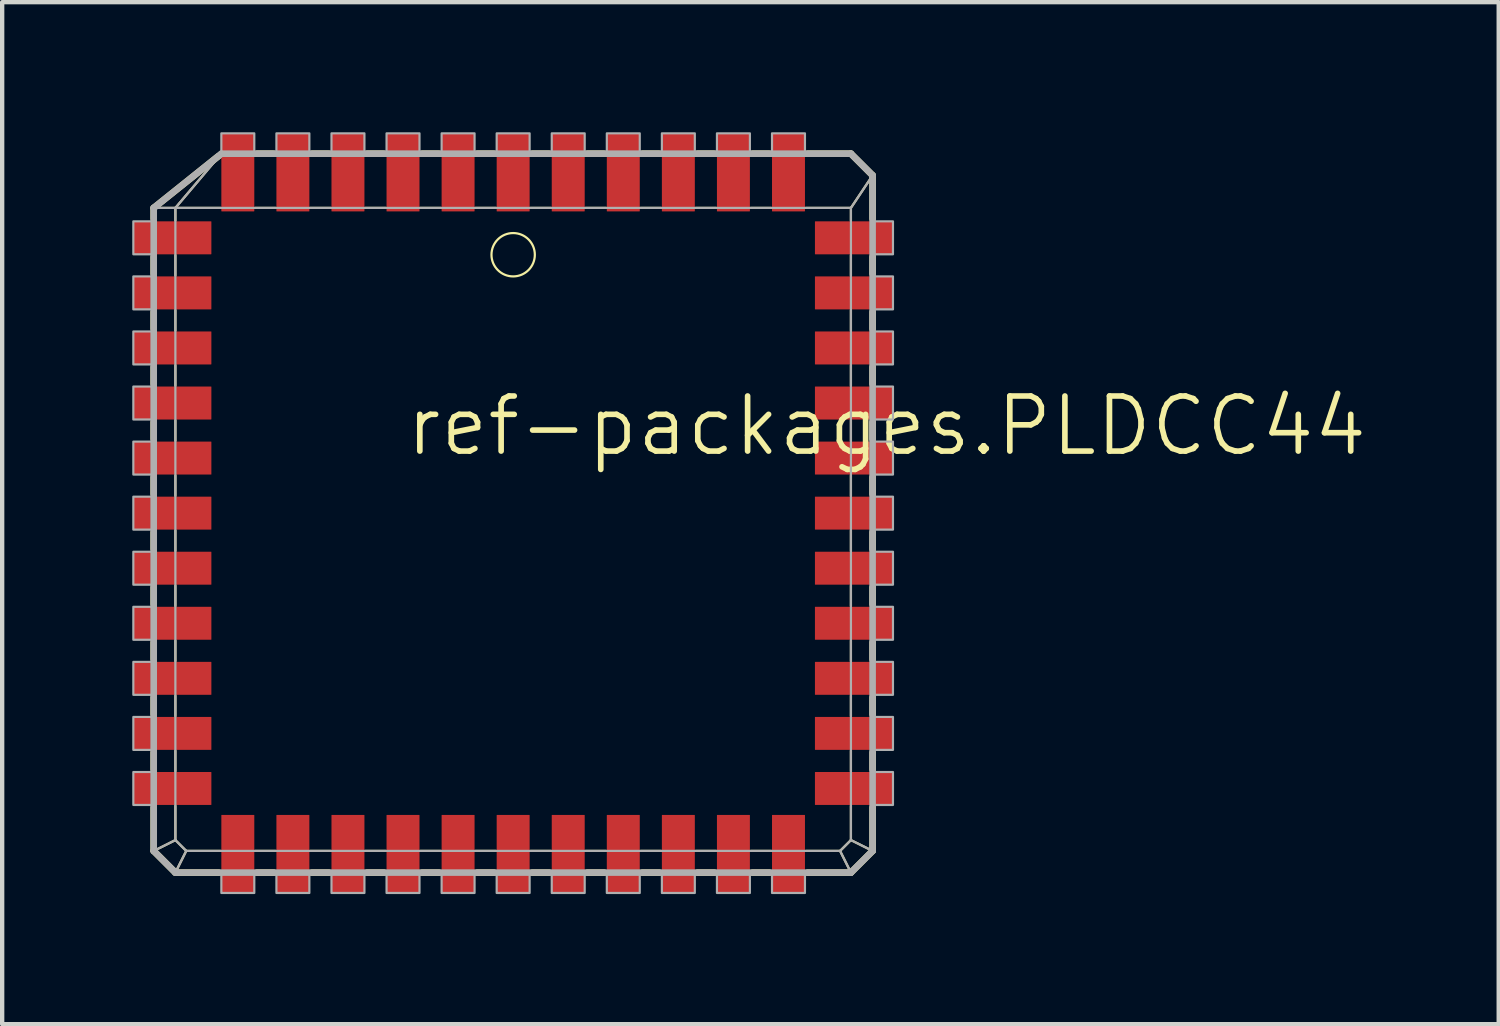
<source format=kicad_pcb>
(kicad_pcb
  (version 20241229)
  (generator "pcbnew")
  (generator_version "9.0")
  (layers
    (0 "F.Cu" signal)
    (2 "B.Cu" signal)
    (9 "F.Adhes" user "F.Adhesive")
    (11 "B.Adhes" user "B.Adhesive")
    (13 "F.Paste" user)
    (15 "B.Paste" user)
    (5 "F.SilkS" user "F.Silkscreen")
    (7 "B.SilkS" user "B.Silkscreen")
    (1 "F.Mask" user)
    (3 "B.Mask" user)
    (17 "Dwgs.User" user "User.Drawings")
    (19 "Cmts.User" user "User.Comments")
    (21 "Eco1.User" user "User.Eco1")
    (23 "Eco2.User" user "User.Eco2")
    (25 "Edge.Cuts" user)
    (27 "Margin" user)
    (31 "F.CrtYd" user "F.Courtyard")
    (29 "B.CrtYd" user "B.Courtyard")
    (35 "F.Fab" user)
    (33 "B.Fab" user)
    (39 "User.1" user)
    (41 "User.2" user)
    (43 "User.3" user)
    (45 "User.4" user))
  (footprint "ref-packages.PLDCC44"
    (layer "F.Cu")
    (at 8.785 8.785)
    (property "Reference" "ref-packages.PLDCC44" (at -2.54 -1.27 0) (layer "F.SilkS") (effects (font (size 1.27 1.27) (thickness 0.13)) (justify left bottom)))
    (attr smd)
    (fp_line (start -8.29 -7.04) (end -7.79 -7.04) (stroke (width 0.051) (type default)) (layer "F.SilkS"))
    (fp_line (start -8.29 -7.04) (end -6.79 -8.24) (stroke (width 0.152) (type default)) (layer "F.SilkS"))
    (fp_line (start -8.29 -6.79) (end -8.29 -7.04) (stroke (width 0.152) (type default)) (layer "F.SilkS"))
    (fp_line (start -8.29 -5.52) (end -8.29 -5.91) (stroke (width 0.152) (type default)) (layer "F.SilkS"))
    (fp_line (start -8.29 -4.25) (end -8.29 -4.64) (stroke (width 0.152) (type default)) (layer "F.SilkS"))
    (fp_line (start -8.29 -2.98) (end -8.29 -3.37) (stroke (width 0.152) (type default)) (layer "F.SilkS"))
    (fp_line (start -8.29 -1.71) (end -8.29 -2.1) (stroke (width 0.152) (type default)) (layer "F.SilkS"))
    (fp_line (start -8.29 -0.44) (end -8.29 -0.83) (stroke (width 0.152) (type default)) (layer "F.SilkS"))
    (fp_line (start -8.29 0.83) (end -8.29 0.44) (stroke (width 0.152) (type default)) (layer "F.SilkS"))
    (fp_line (start -8.29 2.1) (end -8.29 1.71) (stroke (width 0.152) (type default)) (layer "F.SilkS"))
    (fp_line (start -8.29 3.37) (end -8.29 2.98) (stroke (width 0.152) (type default)) (layer "F.SilkS"))
    (fp_line (start -8.29 4.64) (end -8.29 4.25) (stroke (width 0.152) (type default)) (layer "F.SilkS"))
    (fp_line (start -8.29 5.91) (end -8.29 5.52) (stroke (width 0.152) (type default)) (layer "F.SilkS"))
    (fp_line (start -8.29 7.79) (end -8.29 6.79) (stroke (width 0.152) (type default)) (layer "F.SilkS"))
    (fp_line (start -8.29 7.79) (end -7.79 7.54) (stroke (width 0.051) (type default)) (layer "F.SilkS"))
    (fp_line (start -7.79 -7.04) (end -6.75 -8.27) (stroke (width 0.051) (type default)) (layer "F.SilkS"))
    (fp_line (start -7.79 -7.04) (end -6.75 -7.04) (stroke (width 0.051) (type default)) (layer "F.SilkS"))
    (fp_line (start -7.79 -6.75) (end -7.79 -7.04) (stroke (width 0.051) (type default)) (layer "F.SilkS"))
    (fp_line (start -7.79 -5.48) (end -7.79 -5.95) (stroke (width 0.051) (type default)) (layer "F.SilkS"))
    (fp_line (start -7.79 -4.21) (end -7.79 -4.68) (stroke (width 0.051) (type default)) (layer "F.SilkS"))
    (fp_line (start -7.79 -2.94) (end -7.79 -3.41) (stroke (width 0.051) (type default)) (layer "F.SilkS"))
    (fp_line (start -7.79 -1.67) (end -7.79 -2.14) (stroke (width 0.051) (type default)) (layer "F.SilkS"))
    (fp_line (start -7.79 -0.4) (end -7.79 -0.87) (stroke (width 0.051) (type default)) (layer "F.SilkS"))
    (fp_line (start -7.79 0.87) (end -7.79 0.4) (stroke (width 0.051) (type default)) (layer "F.SilkS"))
    (fp_line (start -7.79 2.14) (end -7.79 1.67) (stroke (width 0.051) (type default)) (layer "F.SilkS"))
    (fp_line (start -7.79 3.41) (end -7.79 2.94) (stroke (width 0.051) (type default)) (layer "F.SilkS"))
    (fp_line (start -7.79 4.68) (end -7.79 4.21) (stroke (width 0.051) (type default)) (layer "F.SilkS"))
    (fp_line (start -7.79 5.95) (end -7.79 5.48) (stroke (width 0.051) (type default)) (layer "F.SilkS"))
    (fp_line (start -7.79 7.54) (end -7.79 6.75) (stroke (width 0.051) (type default)) (layer "F.SilkS"))
    (fp_line (start -7.79 8.29) (end -8.29 7.79) (stroke (width 0.152) (type default)) (layer "F.SilkS"))
    (fp_line (start -7.79 8.29) (end -7.54 7.79) (stroke (width 0.051) (type default)) (layer "F.SilkS"))
    (fp_line (start -7.54 7.79) (end -7.79 7.54) (stroke (width 0.051) (type default)) (layer "F.SilkS"))
    (fp_line (start -6.79 8.29) (end -7.79 8.29) (stroke (width 0.152) (type default)) (layer "F.SilkS"))
    (fp_line (start -6.75 7.79) (end -7.54 7.79) (stroke (width 0.051) (type default)) (layer "F.SilkS"))
    (fp_line (start -5.95 -7.04) (end -5.48 -7.04) (stroke (width 0.051) (type default)) (layer "F.SilkS"))
    (fp_line (start -5.91 -8.29) (end -5.52 -8.29) (stroke (width 0.152) (type default)) (layer "F.SilkS"))
    (fp_line (start -5.52 8.29) (end -5.91 8.29) (stroke (width 0.152) (type default)) (layer "F.SilkS"))
    (fp_line (start -5.48 7.79) (end -5.95 7.79) (stroke (width 0.051) (type default)) (layer "F.SilkS"))
    (fp_line (start -4.68 -7.04) (end -4.21 -7.04) (stroke (width 0.051) (type default)) (layer "F.SilkS"))
    (fp_line (start -4.64 -8.29) (end -4.25 -8.29) (stroke (width 0.152) (type default)) (layer "F.SilkS"))
    (fp_line (start -4.25 8.29) (end -4.64 8.29) (stroke (width 0.152) (type default)) (layer "F.SilkS"))
    (fp_line (start -4.21 7.79) (end -4.68 7.79) (stroke (width 0.051) (type default)) (layer "F.SilkS"))
    (fp_line (start -3.41 -7.04) (end -2.94 -7.04) (stroke (width 0.051) (type default)) (layer "F.SilkS"))
    (fp_line (start -3.37 -8.29) (end -2.98 -8.29) (stroke (width 0.152) (type default)) (layer "F.SilkS"))
    (fp_line (start -2.98 8.29) (end -3.37 8.29) (stroke (width 0.152) (type default)) (layer "F.SilkS"))
    (fp_line (start -2.94 7.79) (end -3.41 7.79) (stroke (width 0.051) (type default)) (layer "F.SilkS"))
    (fp_line (start -2.14 -7.04) (end -1.67 -7.04) (stroke (width 0.051) (type default)) (layer "F.SilkS"))
    (fp_line (start -2.1 -8.29) (end -1.71 -8.29) (stroke (width 0.152) (type default)) (layer "F.SilkS"))
    (fp_line (start -1.71 8.29) (end -2.1 8.29) (stroke (width 0.152) (type default)) (layer "F.SilkS"))
    (fp_line (start -1.67 7.79) (end -2.14 7.79) (stroke (width 0.051) (type default)) (layer "F.SilkS"))
    (fp_line (start -0.87 -7.04) (end -0.4 -7.04) (stroke (width 0.051) (type default)) (layer "F.SilkS"))
    (fp_line (start -0.83 -8.29) (end -0.44 -8.29) (stroke (width 0.152) (type default)) (layer "F.SilkS"))
    (fp_line (start -0.44 8.29) (end -0.83 8.29) (stroke (width 0.152) (type default)) (layer "F.SilkS"))
    (fp_line (start -0.4 7.79) (end -0.87 7.79) (stroke (width 0.051) (type default)) (layer "F.SilkS"))
    (fp_line (start 0.4 -7.04) (end 0.87 -7.04) (stroke (width 0.051) (type default)) (layer "F.SilkS"))
    (fp_line (start 0.44 -8.29) (end 0.83 -8.29) (stroke (width 0.152) (type default)) (layer "F.SilkS"))
    (fp_line (start 0.83 8.29) (end 0.44 8.29) (stroke (width 0.152) (type default)) (layer "F.SilkS"))
    (fp_line (start 0.87 7.79) (end 0.4 7.79) (stroke (width 0.051) (type default)) (layer "F.SilkS"))
    (fp_line (start 1.67 -7.04) (end 2.14 -7.04) (stroke (width 0.051) (type default)) (layer "F.SilkS"))
    (fp_line (start 1.71 -8.29) (end 2.1 -8.29) (stroke (width 0.152) (type default)) (layer "F.SilkS"))
    (fp_line (start 2.1 8.29) (end 1.71 8.29) (stroke (width 0.152) (type default)) (layer "F.SilkS"))
    (fp_line (start 2.14 7.79) (end 1.67 7.79) (stroke (width 0.051) (type default)) (layer "F.SilkS"))
    (fp_line (start 2.94 -7.04) (end 3.41 -7.04) (stroke (width 0.051) (type default)) (layer "F.SilkS"))
    (fp_line (start 2.98 -8.29) (end 3.37 -8.29) (stroke (width 0.152) (type default)) (layer "F.SilkS"))
    (fp_line (start 3.37 8.29) (end 2.98 8.29) (stroke (width 0.152) (type default)) (layer "F.SilkS"))
    (fp_line (start 3.41 7.79) (end 2.94 7.79) (stroke (width 0.051) (type default)) (layer "F.SilkS"))
    (fp_line (start 4.21 -7.04) (end 4.68 -7.04) (stroke (width 0.051) (type default)) (layer "F.SilkS"))
    (fp_line (start 4.25 -8.29) (end 4.64 -8.29) (stroke (width 0.152) (type default)) (layer "F.SilkS"))
    (fp_line (start 4.64 8.29) (end 4.25 8.29) (stroke (width 0.152) (type default)) (layer "F.SilkS"))
    (fp_line (start 4.68 7.79) (end 4.21 7.79) (stroke (width 0.051) (type default)) (layer "F.SilkS"))
    (fp_line (start 5.48 -7.04) (end 5.95 -7.04) (stroke (width 0.051) (type default)) (layer "F.SilkS"))
    (fp_line (start 5.52 -8.29) (end 5.91 -8.29) (stroke (width 0.152) (type default)) (layer "F.SilkS"))
    (fp_line (start 5.91 8.29) (end 5.52 8.29) (stroke (width 0.152) (type default)) (layer "F.SilkS"))
    (fp_line (start 5.95 7.79) (end 5.48 7.79) (stroke (width 0.051) (type default)) (layer "F.SilkS"))
    (fp_line (start 6.75 -7.04) (end 7.79 -7.04) (stroke (width 0.051) (type default)) (layer "F.SilkS"))
    (fp_line (start 6.79 -8.29) (end 7.79 -8.29) (stroke (width 0.152) (type default)) (layer "F.SilkS"))
    (fp_line (start 7.54 7.79) (end 6.75 7.79) (stroke (width 0.051) (type default)) (layer "F.SilkS"))
    (fp_line (start 7.54 7.79) (end 7.79 8.29) (stroke (width 0.051) (type default)) (layer "F.SilkS"))
    (fp_line (start 7.79 -8.29) (end 8.29 -7.79) (stroke (width 0.152) (type default)) (layer "F.SilkS"))
    (fp_line (start 7.79 -7.04) (end 7.79 -6.75) (stroke (width 0.051) (type default)) (layer "F.SilkS"))
    (fp_line (start 7.79 -5.95) (end 7.79 -5.48) (stroke (width 0.051) (type default)) (layer "F.SilkS"))
    (fp_line (start 7.79 -4.68) (end 7.79 -4.21) (stroke (width 0.051) (type default)) (layer "F.SilkS"))
    (fp_line (start 7.79 -3.41) (end 7.79 -2.94) (stroke (width 0.051) (type default)) (layer "F.SilkS"))
    (fp_line (start 7.79 -2.14) (end 7.79 -1.67) (stroke (width 0.051) (type default)) (layer "F.SilkS"))
    (fp_line (start 7.79 -0.87) (end 7.79 -0.4) (stroke (width 0.051) (type default)) (layer "F.SilkS"))
    (fp_line (start 7.79 0.4) (end 7.79 0.87) (stroke (width 0.051) (type default)) (layer "F.SilkS"))
    (fp_line (start 7.79 1.67) (end 7.79 2.14) (stroke (width 0.051) (type default)) (layer "F.SilkS"))
    (fp_line (start 7.79 2.94) (end 7.79 3.41) (stroke (width 0.051) (type default)) (layer "F.SilkS"))
    (fp_line (start 7.79 4.21) (end 7.79 4.68) (stroke (width 0.051) (type default)) (layer "F.SilkS"))
    (fp_line (start 7.79 5.48) (end 7.79 5.95) (stroke (width 0.051) (type default)) (layer "F.SilkS"))
    (fp_line (start 7.79 6.75) (end 7.79 7.54) (stroke (width 0.051) (type default)) (layer "F.SilkS"))
    (fp_line (start 7.79 7.54) (end 7.54 7.79) (stroke (width 0.051) (type default)) (layer "F.SilkS"))
    (fp_line (start 7.79 7.54) (end 8.29 7.79) (stroke (width 0.051) (type default)) (layer "F.SilkS"))
    (fp_line (start 7.79 8.29) (end 6.79 8.29) (stroke (width 0.152) (type default)) (layer "F.SilkS"))
    (fp_line (start 8.29 -7.79) (end 7.79 -7.04) (stroke (width 0.051) (type default)) (layer "F.SilkS"))
    (fp_line (start 8.29 -7.79) (end 8.29 -6.79) (stroke (width 0.152) (type default)) (layer "F.SilkS"))
    (fp_line (start 8.29 -5.91) (end 8.29 -5.52) (stroke (width 0.152) (type default)) (layer "F.SilkS"))
    (fp_line (start 8.29 -4.64) (end 8.29 -4.25) (stroke (width 0.152) (type default)) (layer "F.SilkS"))
    (fp_line (start 8.29 -3.37) (end 8.29 -2.98) (stroke (width 0.152) (type default)) (layer "F.SilkS"))
    (fp_line (start 8.29 -2.1) (end 8.29 -1.71) (stroke (width 0.152) (type default)) (layer "F.SilkS"))
    (fp_line (start 8.29 -0.83) (end 8.29 -0.44) (stroke (width 0.152) (type default)) (layer "F.SilkS"))
    (fp_line (start 8.29 0.44) (end 8.29 0.83) (stroke (width 0.152) (type default)) (layer "F.SilkS"))
    (fp_line (start 8.29 1.71) (end 8.29 2.1) (stroke (width 0.152) (type default)) (layer "F.SilkS"))
    (fp_line (start 8.29 2.98) (end 8.29 3.37) (stroke (width 0.152) (type default)) (layer "F.SilkS"))
    (fp_line (start 8.29 4.25) (end 8.29 4.64) (stroke (width 0.152) (type default)) (layer "F.SilkS"))
    (fp_line (start 8.29 5.52) (end 8.29 5.91) (stroke (width 0.152) (type default)) (layer "F.SilkS"))
    (fp_line (start 8.29 6.79) (end 8.29 7.79) (stroke (width 0.152) (type default)) (layer "F.SilkS"))
    (fp_line (start 8.29 7.79) (end 7.79 8.29) (stroke (width 0.152) (type default)) (layer "F.SilkS"))
    (fp_circle (center 0 -5.96) (end 0.5 -5.96) (stroke (width 0.051) (type default)) (fill no) (layer "F.SilkS"))
    (fp_line (start -8.29 -7.04) (end -7.79 -7.04) (stroke (width 0.051) (type default)) (layer "F.Fab"))
    (fp_line (start -8.29 -7.04) (end -6.73 -8.29) (stroke (width 0.152) (type default)) (layer "F.Fab"))
    (fp_line (start -8.29 7.79) (end -8.29 -7.04) (stroke (width 0.152) (type default)) (layer "F.Fab"))
    (fp_line (start -8.29 7.79) (end -7.79 7.54) (stroke (width 0.051) (type default)) (layer "F.Fab"))
    (fp_line (start -7.79 -7.04) (end -6.73 -8.29) (stroke (width 0.051) (type default)) (layer "F.Fab"))
    (fp_line (start -7.79 -7.04) (end 7.79 -7.04) (stroke (width 0.051) (type default)) (layer "F.Fab"))
    (fp_line (start -7.79 7.54) (end -7.79 -7.04) (stroke (width 0.051) (type default)) (layer "F.Fab"))
    (fp_line (start -7.79 8.29) (end -8.29 7.79) (stroke (width 0.152) (type default)) (layer "F.Fab"))
    (fp_line (start -7.79 8.29) (end -7.54 7.79) (stroke (width 0.051) (type default)) (layer "F.Fab"))
    (fp_line (start -7.54 7.79) (end -7.79 7.54) (stroke (width 0.051) (type default)) (layer "F.Fab"))
    (fp_line (start -6.73 -8.29) (end 7.79 -8.29) (stroke (width 0.152) (type default)) (layer "F.Fab"))
    (fp_line (start 7.54 7.79) (end -7.54 7.79) (stroke (width 0.051) (type default)) (layer "F.Fab"))
    (fp_line (start 7.54 7.79) (end 7.79 8.29) (stroke (width 0.051) (type default)) (layer "F.Fab"))
    (fp_line (start 7.79 -8.29) (end 8.29 -7.79) (stroke (width 0.152) (type default)) (layer "F.Fab"))
    (fp_line (start 7.79 -7.04) (end 7.79 7.54) (stroke (width 0.051) (type default)) (layer "F.Fab"))
    (fp_line (start 7.79 7.54) (end 7.54 7.79) (stroke (width 0.051) (type default)) (layer "F.Fab"))
    (fp_line (start 7.79 7.54) (end 8.29 7.79) (stroke (width 0.051) (type default)) (layer "F.Fab"))
    (fp_line (start 7.79 8.29) (end -7.79 8.29) (stroke (width 0.152) (type default)) (layer "F.Fab"))
    (fp_line (start 8.29 -7.79) (end 7.79 -7.04) (stroke (width 0.051) (type default)) (layer "F.Fab"))
    (fp_line (start 8.29 -7.79) (end 8.29 7.79) (stroke (width 0.152) (type default)) (layer "F.Fab"))
    (fp_line (start 8.29 7.79) (end 7.79 8.29) (stroke (width 0.152) (type default)) (layer "F.Fab"))
    (fp_rect (start -8.76 -5.97) (end -8.29 -6.73) (stroke (width 0.05) (type default)) (fill no) (layer "F.Fab"))
    (fp_rect (start -8.76 -4.7) (end -8.29 -5.46) (stroke (width 0.05) (type default)) (fill no) (layer "F.Fab"))
    (fp_rect (start -8.76 -3.43) (end -8.29 -4.19) (stroke (width 0.05) (type default)) (fill no) (layer "F.Fab"))
    (fp_rect (start -8.76 -2.16) (end -8.29 -2.92) (stroke (width 0.05) (type default)) (fill no) (layer "F.Fab"))
    (fp_rect (start -8.76 -0.89) (end -8.29 -1.65) (stroke (width 0.05) (type default)) (fill no) (layer "F.Fab"))
    (fp_rect (start -8.76 0.38) (end -8.29 -0.38) (stroke (width 0.05) (type default)) (fill no) (layer "F.Fab"))
    (fp_rect (start -8.76 1.65) (end -8.29 0.89) (stroke (width 0.05) (type default)) (fill no) (layer "F.Fab"))
    (fp_rect (start -8.76 2.92) (end -8.29 2.16) (stroke (width 0.05) (type default)) (fill no) (layer "F.Fab"))
    (fp_rect (start -8.76 4.19) (end -8.29 3.43) (stroke (width 0.05) (type default)) (fill no) (layer "F.Fab"))
    (fp_rect (start -8.76 5.46) (end -8.29 4.7) (stroke (width 0.05) (type default)) (fill no) (layer "F.Fab"))
    (fp_rect (start -8.76 6.73) (end -8.29 5.97) (stroke (width 0.05) (type default)) (fill no) (layer "F.Fab"))
    (fp_rect (start -6.73 -8.29) (end -5.97 -8.76) (stroke (width 0.05) (type default)) (fill no) (layer "F.Fab"))
    (fp_rect (start -6.73 8.76) (end -5.97 8.29) (stroke (width 0.05) (type default)) (fill no) (layer "F.Fab"))
    (fp_rect (start -5.46 -8.29) (end -4.7 -8.76) (stroke (width 0.05) (type default)) (fill no) (layer "F.Fab"))
    (fp_rect (start -5.46 8.76) (end -4.7 8.29) (stroke (width 0.05) (type default)) (fill no) (layer "F.Fab"))
    (fp_rect (start -4.19 -8.29) (end -3.43 -8.76) (stroke (width 0.05) (type default)) (fill no) (layer "F.Fab"))
    (fp_rect (start -4.19 8.76) (end -3.43 8.29) (stroke (width 0.05) (type default)) (fill no) (layer "F.Fab"))
    (fp_rect (start -2.92 -8.29) (end -2.16 -8.76) (stroke (width 0.05) (type default)) (fill no) (layer "F.Fab"))
    (fp_rect (start -2.92 8.76) (end -2.16 8.29) (stroke (width 0.05) (type default)) (fill no) (layer "F.Fab"))
    (fp_rect (start -1.65 -8.29) (end -0.89 -8.76) (stroke (width 0.05) (type default)) (fill no) (layer "F.Fab"))
    (fp_rect (start -1.65 8.76) (end -0.89 8.29) (stroke (width 0.05) (type default)) (fill no) (layer "F.Fab"))
    (fp_rect (start -0.38 -8.29) (end 0.38 -8.76) (stroke (width 0.05) (type default)) (fill no) (layer "F.Fab"))
    (fp_rect (start -0.38 8.76) (end 0.38 8.29) (stroke (width 0.05) (type default)) (fill no) (layer "F.Fab"))
    (fp_rect (start 0.89 -8.29) (end 1.65 -8.76) (stroke (width 0.05) (type default)) (fill no) (layer "F.Fab"))
    (fp_rect (start 0.89 8.76) (end 1.65 8.29) (stroke (width 0.05) (type default)) (fill no) (layer "F.Fab"))
    (fp_rect (start 2.16 -8.29) (end 2.92 -8.76) (stroke (width 0.05) (type default)) (fill no) (layer "F.Fab"))
    (fp_rect (start 2.16 8.76) (end 2.92 8.29) (stroke (width 0.05) (type default)) (fill no) (layer "F.Fab"))
    (fp_rect (start 3.43 -8.29) (end 4.19 -8.76) (stroke (width 0.05) (type default)) (fill no) (layer "F.Fab"))
    (fp_rect (start 3.43 8.76) (end 4.19 8.29) (stroke (width 0.05) (type default)) (fill no) (layer "F.Fab"))
    (fp_rect (start 4.7 -8.29) (end 5.46 -8.76) (stroke (width 0.05) (type default)) (fill no) (layer "F.Fab"))
    (fp_rect (start 4.7 8.76) (end 5.46 8.29) (stroke (width 0.05) (type default)) (fill no) (layer "F.Fab"))
    (fp_rect (start 5.97 -8.29) (end 6.73 -8.76) (stroke (width 0.05) (type default)) (fill no) (layer "F.Fab"))
    (fp_rect (start 5.97 8.76) (end 6.73 8.29) (stroke (width 0.05) (type default)) (fill no) (layer "F.Fab"))
    (fp_rect (start 8.29 -5.97) (end 8.76 -6.73) (stroke (width 0.05) (type default)) (fill no) (layer "F.Fab"))
    (fp_rect (start 8.29 -4.7) (end 8.76 -5.46) (stroke (width 0.05) (type default)) (fill no) (layer "F.Fab"))
    (fp_rect (start 8.29 -3.43) (end 8.76 -4.19) (stroke (width 0.05) (type default)) (fill no) (layer "F.Fab"))
    (fp_rect (start 8.29 -2.16) (end 8.76 -2.92) (stroke (width 0.05) (type default)) (fill no) (layer "F.Fab"))
    (fp_rect (start 8.29 -0.89) (end 8.76 -1.65) (stroke (width 0.05) (type default)) (fill no) (layer "F.Fab"))
    (fp_rect (start 8.29 0.38) (end 8.76 -0.38) (stroke (width 0.05) (type default)) (fill no) (layer "F.Fab"))
    (fp_rect (start 8.29 1.65) (end 8.76 0.89) (stroke (width 0.05) (type default)) (fill no) (layer "F.Fab"))
    (fp_rect (start 8.29 2.92) (end 8.76 2.16) (stroke (width 0.05) (type default)) (fill no) (layer "F.Fab"))
    (fp_rect (start 8.29 4.19) (end 8.76 3.43) (stroke (width 0.05) (type default)) (fill no) (layer "F.Fab"))
    (fp_rect (start 8.29 5.46) (end 8.76 4.7) (stroke (width 0.05) (type default)) (fill no) (layer "F.Fab"))
    (fp_rect (start 8.29 6.73) (end 8.76 5.97) (stroke (width 0.05) (type default)) (fill no) (layer "F.Fab"))
    (pad "1" smd roundrect (at 0 -7.86) (size 0.76 1.8) (layers "F.Cu" "F.Mask" "F.Paste") (roundrect_rratio 0.01))
    (pad "2" smd roundrect (at -1.27 -7.86) (size 0.76 1.8) (layers "F.Cu" "F.Mask" "F.Paste") (roundrect_rratio 0.01))
    (pad "3" smd roundrect (at -2.54 -7.86) (size 0.76 1.8) (layers "F.Cu" "F.Mask" "F.Paste") (roundrect_rratio 0.01))
    (pad "4" smd roundrect (at -3.81 -7.86) (size 0.76 1.8) (layers "F.Cu" "F.Mask" "F.Paste") (roundrect_rratio 0.01))
    (pad "5" smd roundrect (at -5.08 -7.86) (size 0.76 1.8) (layers "F.Cu" "F.Mask" "F.Paste") (roundrect_rratio 0.01))
    (pad "6" smd roundrect (at -6.35 -7.86) (size 0.76 1.8) (layers "F.Cu" "F.Mask" "F.Paste") (roundrect_rratio 0.01))
    (pad "7" smd roundrect (at -7.86 -6.35) (size 1.8 0.76) (layers "F.Cu" "F.Mask" "F.Paste") (roundrect_rratio 0.01))
    (pad "8" smd roundrect (at -7.86 -5.08) (size 1.8 0.76) (layers "F.Cu" "F.Mask" "F.Paste") (roundrect_rratio 0.01))
    (pad "9" smd roundrect (at -7.86 -3.81) (size 1.8 0.76) (layers "F.Cu" "F.Mask" "F.Paste") (roundrect_rratio 0.01))
    (pad "10" smd roundrect (at -7.86 -2.54) (size 1.8 0.76) (layers "F.Cu" "F.Mask" "F.Paste") (roundrect_rratio 0.01))
    (pad "11" smd roundrect (at -7.86 -1.27) (size 1.8 0.76) (layers "F.Cu" "F.Mask" "F.Paste") (roundrect_rratio 0.01))
    (pad "12" smd roundrect (at -7.86 0) (size 1.8 0.76) (layers "F.Cu" "F.Mask" "F.Paste") (roundrect_rratio 0.01))
    (pad "13" smd roundrect (at -7.86 1.27) (size 1.8 0.76) (layers "F.Cu" "F.Mask" "F.Paste") (roundrect_rratio 0.01))
    (pad "14" smd roundrect (at -7.86 2.54) (size 1.8 0.76) (layers "F.Cu" "F.Mask" "F.Paste") (roundrect_rratio 0.01))
    (pad "15" smd roundrect (at -7.86 3.81) (size 1.8 0.76) (layers "F.Cu" "F.Mask" "F.Paste") (roundrect_rratio 0.01))
    (pad "16" smd roundrect (at -7.86 5.08) (size 1.8 0.76) (layers "F.Cu" "F.Mask" "F.Paste") (roundrect_rratio 0.01))
    (pad "17" smd roundrect (at -7.86 6.35) (size 1.8 0.76) (layers "F.Cu" "F.Mask" "F.Paste") (roundrect_rratio 0.01))
    (pad "18" smd roundrect (at -6.35 7.86) (size 0.76 1.8) (layers "F.Cu" "F.Mask" "F.Paste") (roundrect_rratio 0.01))
    (pad "19" smd roundrect (at -5.08 7.86) (size 0.76 1.8) (layers "F.Cu" "F.Mask" "F.Paste") (roundrect_rratio 0.01))
    (pad "20" smd roundrect (at -3.81 7.86) (size 0.76 1.8) (layers "F.Cu" "F.Mask" "F.Paste") (roundrect_rratio 0.01))
    (pad "21" smd roundrect (at -2.54 7.86) (size 0.76 1.8) (layers "F.Cu" "F.Mask" "F.Paste") (roundrect_rratio 0.01))
    (pad "22" smd roundrect (at -1.27 7.86) (size 0.76 1.8) (layers "F.Cu" "F.Mask" "F.Paste") (roundrect_rratio 0.01))
    (pad "23" smd roundrect (at 0 7.86) (size 0.76 1.8) (layers "F.Cu" "F.Mask" "F.Paste") (roundrect_rratio 0.01))
    (pad "24" smd roundrect (at 1.27 7.86) (size 0.76 1.8) (layers "F.Cu" "F.Mask" "F.Paste") (roundrect_rratio 0.01))
    (pad "25" smd roundrect (at 2.54 7.86) (size 0.76 1.8) (layers "F.Cu" "F.Mask" "F.Paste") (roundrect_rratio 0.01))
    (pad "26" smd roundrect (at 3.81 7.86) (size 0.76 1.8) (layers "F.Cu" "F.Mask" "F.Paste") (roundrect_rratio 0.01))
    (pad "27" smd roundrect (at 5.08 7.86) (size 0.76 1.8) (layers "F.Cu" "F.Mask" "F.Paste") (roundrect_rratio 0.01))
    (pad "28" smd roundrect (at 6.35 7.86) (size 0.76 1.8) (layers "F.Cu" "F.Mask" "F.Paste") (roundrect_rratio 0.01))
    (pad "29" smd roundrect (at 7.86 6.35) (size 1.8 0.76) (layers "F.Cu" "F.Mask" "F.Paste") (roundrect_rratio 0.01))
    (pad "30" smd roundrect (at 7.86 5.08) (size 1.8 0.76) (layers "F.Cu" "F.Mask" "F.Paste") (roundrect_rratio 0.01))
    (pad "31" smd roundrect (at 7.86 3.81) (size 1.8 0.76) (layers "F.Cu" "F.Mask" "F.Paste") (roundrect_rratio 0.01))
    (pad "32" smd roundrect (at 7.86 2.54) (size 1.8 0.76) (layers "F.Cu" "F.Mask" "F.Paste") (roundrect_rratio 0.01))
    (pad "33" smd roundrect (at 7.86 1.27) (size 1.8 0.76) (layers "F.Cu" "F.Mask" "F.Paste") (roundrect_rratio 0.01))
    (pad "34" smd roundrect (at 7.86 0) (size 1.8 0.76) (layers "F.Cu" "F.Mask" "F.Paste") (roundrect_rratio 0.01))
    (pad "35" smd roundrect (at 7.86 -1.27) (size 1.8 0.76) (layers "F.Cu" "F.Mask" "F.Paste") (roundrect_rratio 0.01))
    (pad "36" smd roundrect (at 7.86 -2.54) (size 1.8 0.76) (layers "F.Cu" "F.Mask" "F.Paste") (roundrect_rratio 0.01))
    (pad "37" smd roundrect (at 7.86 -3.81) (size 1.8 0.76) (layers "F.Cu" "F.Mask" "F.Paste") (roundrect_rratio 0.01))
    (pad "38" smd roundrect (at 7.86 -5.08) (size 1.8 0.76) (layers "F.Cu" "F.Mask" "F.Paste") (roundrect_rratio 0.01))
    (pad "39" smd roundrect (at 7.86 -6.35) (size 1.8 0.76) (layers "F.Cu" "F.Mask" "F.Paste") (roundrect_rratio 0.01))
    (pad "40" smd roundrect (at 6.35 -7.86) (size 0.76 1.8) (layers "F.Cu" "F.Mask" "F.Paste") (roundrect_rratio 0.01))
    (pad "41" smd roundrect (at 5.08 -7.86) (size 0.76 1.8) (layers "F.Cu" "F.Mask" "F.Paste") (roundrect_rratio 0.01))
    (pad "42" smd roundrect (at 3.81 -7.86) (size 0.76 1.8) (layers "F.Cu" "F.Mask" "F.Paste") (roundrect_rratio 0.01))
    (pad "43" smd roundrect (at 2.54 -7.86) (size 0.76 1.8) (layers "F.Cu" "F.Mask" "F.Paste") (roundrect_rratio 0.01))
    (pad "44" smd roundrect (at 1.27 -7.86) (size 0.76 1.8) (layers "F.Cu" "F.Mask" "F.Paste") (roundrect_rratio 0.01)))
  (gr_rect
    (start -3 -3)
    (end 31.515 20.57)
    (stroke (width 0.1) (type default))
    (fill no)
    (layer "Edge.Cuts")))
</source>
